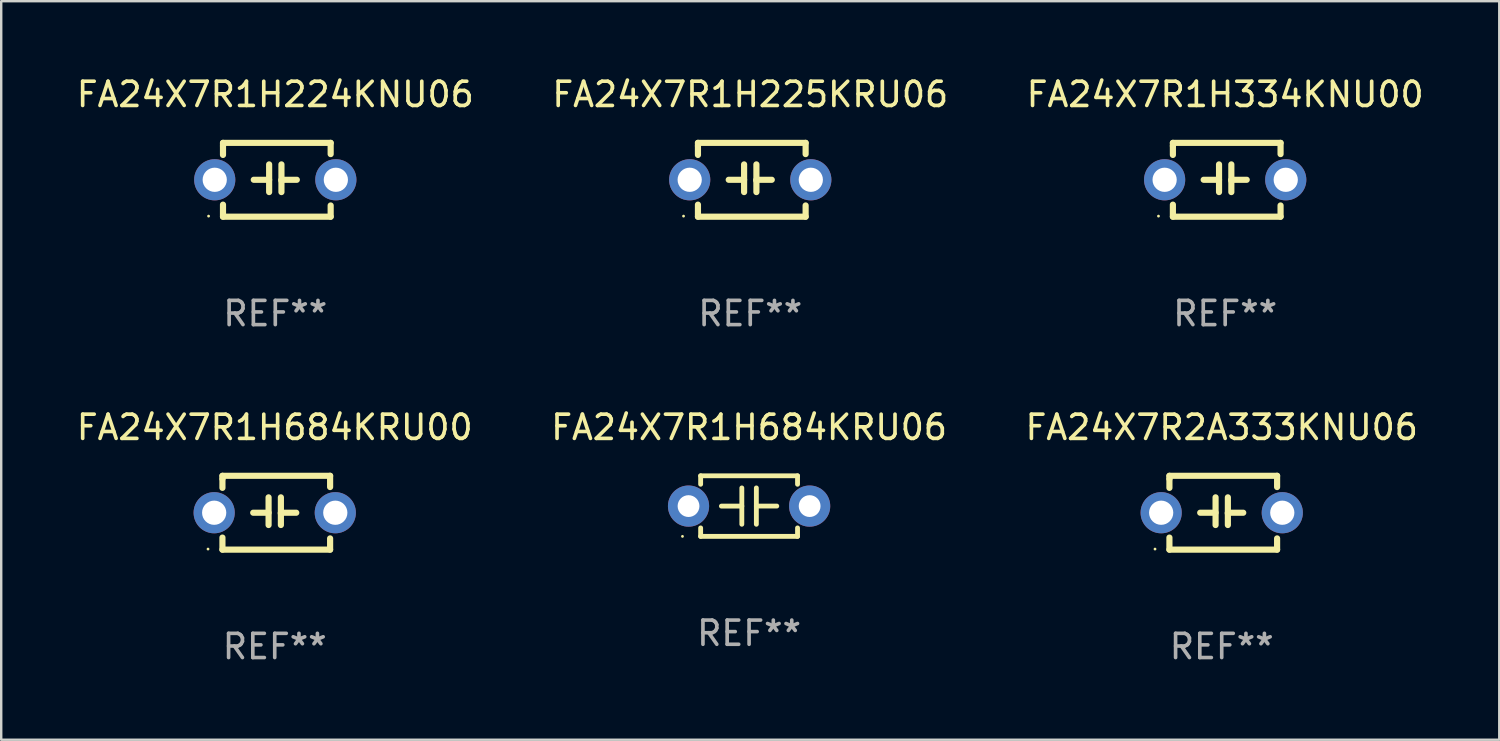
<source format=kicad_pcb>
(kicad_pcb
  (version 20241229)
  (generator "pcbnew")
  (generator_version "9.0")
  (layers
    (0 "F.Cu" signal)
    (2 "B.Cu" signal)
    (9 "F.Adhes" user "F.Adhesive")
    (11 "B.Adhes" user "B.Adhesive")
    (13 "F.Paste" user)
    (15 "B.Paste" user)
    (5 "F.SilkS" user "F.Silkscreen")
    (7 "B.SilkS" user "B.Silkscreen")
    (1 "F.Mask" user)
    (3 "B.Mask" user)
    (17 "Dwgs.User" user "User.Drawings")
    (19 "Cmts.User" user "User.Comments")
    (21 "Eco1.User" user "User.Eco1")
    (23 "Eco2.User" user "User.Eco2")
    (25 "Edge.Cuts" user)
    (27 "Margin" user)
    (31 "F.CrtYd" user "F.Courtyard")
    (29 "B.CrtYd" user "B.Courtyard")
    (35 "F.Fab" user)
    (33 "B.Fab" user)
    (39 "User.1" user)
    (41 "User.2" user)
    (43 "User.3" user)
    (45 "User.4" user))
  (footprint "FA24X7R1H684KRU06"
    (layer "F.Cu")
    (at 27.875 17.843)
    (property "Reference" "FA24X7R1H684KRU06" (at 0 -3.25 0) (layer "F.SilkS") (effects (font (size 1 1) (thickness 0.15))))
    (attr through_hole)
    (fp_line (start -2 -1.25) (end -2 -0.901) (stroke (width 0.2) (type solid)) (layer "F.SilkS"))
    (fp_line (start -2 -1.25) (end 2 -1.25) (stroke (width 0.2) (type solid)) (layer "F.SilkS"))
    (fp_line (start -2 0.901) (end -2 1.25) (stroke (width 0.2) (type solid)) (layer "F.SilkS"))
    (fp_line (start -0.3 -0.75) (end -0.3 0.75) (stroke (width 0.2) (type solid)) (layer "F.SilkS"))
    (fp_line (start -0.3 0.001) (end -1.143 0.001) (stroke (width 0.2) (type solid)) (layer "F.SilkS"))
    (fp_line (start 0.3 -0.001) (end 1.143 -0.001) (stroke (width 0.2) (type solid)) (layer "F.SilkS"))
    (fp_line (start 0.3 0.75) (end 0.3 -0.75) (stroke (width 0.2) (type solid)) (layer "F.SilkS"))
    (fp_line (start 2 -1.25) (end 2 -0.901) (stroke (width 0.2) (type solid)) (layer "F.SilkS"))
    (fp_line (start 2 0.901) (end 2 1.25) (stroke (width 0.2) (type solid)) (layer "F.SilkS"))
    (fp_line (start 2 1.25) (end -2 1.25) (stroke (width 0.2) (type solid)) (layer "F.SilkS"))
    (fp_circle (center -2.75 1.25) (end -2.72 1.25) (stroke (width 0.06) (type solid)) (fill no) (layer "F.SilkS"))
    (fp_text user "REF**" (at 0 5.25 0) (layer "F.Fab") (effects (font (size 1 1) (thickness 0.15))))
    (pad "1" thru_hole circle (at -2.5 0) (size 1.7 1.7) (drill 0.9) (layers "*.Cu" "*.Mask"))
    (pad "2" thru_hole circle (at 2.5 0) (size 1.7 1.7) (drill 0.9) (layers "*.Cu" "*.Mask")))
  (footprint "FA24X7R2A333KNU06"
    (layer "F.Cu")
    (at 47.387 18.117)
    (property "Reference" "FA24X7R2A333KNU06" (at 0 -3.524 0) (layer "F.SilkS") (effects (font (size 1 1) (thickness 0.15))))
    (attr through_hole)
    (fp_line (start -2.159 -1.524) (end 2.286 -1.524) (stroke (width 0.254) (type solid)) (layer "F.SilkS"))
    (fp_line (start -2.159 -1.397) (end -2.159 -1.524) (stroke (width 0.254) (type solid)) (layer "F.SilkS"))
    (fp_line (start -2.159 -1.026) (end -2.159 -1.397) (stroke (width 0.254) (type solid)) (layer "F.SilkS"))
    (fp_line (start -2.159 1.524) (end -2.159 1.026) (stroke (width 0.254) (type solid)) (layer "F.SilkS"))
    (fp_line (start -0.889 0) (end -0.254 0) (stroke (width 0.254) (type solid)) (layer "F.SilkS"))
    (fp_line (start -0.254 0.508) (end -0.254 -0.635) (stroke (width 0.254) (type solid)) (layer "F.SilkS"))
    (fp_line (start 0.254 -0.635) (end 0.254 0.508) (stroke (width 0.254) (type solid)) (layer "F.SilkS"))
    (fp_line (start 0.254 0.04) (end 0.254 0.02) (stroke (width 0.254) (type solid)) (layer "F.SilkS"))
    (fp_line (start 0.889 0) (end 0.254 0) (stroke (width 0.254) (type solid)) (layer "F.SilkS"))
    (fp_line (start 2.286 -1.524) (end 2.286 -1.06) (stroke (width 0.254) (type solid)) (layer "F.SilkS"))
    (fp_line (start 2.286 1.06) (end 2.286 1.524) (stroke (width 0.254) (type solid)) (layer "F.SilkS"))
    (fp_line (start 2.286 1.524) (end -2.159 1.524) (stroke (width 0.254) (type solid)) (layer "F.SilkS"))
    (fp_circle (center -2.754 1.5) (end -2.724 1.5) (stroke (width 0.06) (type solid)) (fill no) (layer "F.SilkS"))
    (fp_text user "REF**" (at 0 5.524 0) (layer "F.Fab") (effects (font (size 1 1) (thickness 0.15))))
    (pad "1" thru_hole circle (at -2.5 0) (size 1.7 1.7) (drill 1) (layers "*.Cu" "*.Mask"))
    (pad "2" thru_hole circle (at 2.5 0) (size 1.7 1.7) (drill 1) (layers "*.Cu" "*.Mask")))
  (footprint "FA24X7R1H224KNU06"
    (layer "F.Cu")
    (at 8.315 4.372)
    (property "Reference" "FA24X7R1H224KNU06" (at 0 -3.524 0) (layer "F.SilkS") (effects (font (size 1 1) (thickness 0.15))))
    (attr through_hole)
    (fp_line (start -2.159 -1.524) (end 2.286 -1.524) (stroke (width 0.254) (type solid)) (layer "F.SilkS"))
    (fp_line (start -2.159 -1.397) (end -2.159 -1.524) (stroke (width 0.254) (type solid)) (layer "F.SilkS"))
    (fp_line (start -2.159 -1.026) (end -2.159 -1.397) (stroke (width 0.254) (type solid)) (layer "F.SilkS"))
    (fp_line (start -2.159 1.524) (end -2.159 1.026) (stroke (width 0.254) (type solid)) (layer "F.SilkS"))
    (fp_line (start -0.889 0) (end -0.254 0) (stroke (width 0.254) (type solid)) (layer "F.SilkS"))
    (fp_line (start -0.254 0.508) (end -0.254 -0.635) (stroke (width 0.254) (type solid)) (layer "F.SilkS"))
    (fp_line (start 0.254 -0.635) (end 0.254 0.508) (stroke (width 0.254) (type solid)) (layer "F.SilkS"))
    (fp_line (start 0.254 0.04) (end 0.254 0.02) (stroke (width 0.254) (type solid)) (layer "F.SilkS"))
    (fp_line (start 0.889 0) (end 0.254 0) (stroke (width 0.254) (type solid)) (layer "F.SilkS"))
    (fp_line (start 2.286 -1.524) (end 2.286 -1.06) (stroke (width 0.254) (type solid)) (layer "F.SilkS"))
    (fp_line (start 2.286 1.06) (end 2.286 1.524) (stroke (width 0.254) (type solid)) (layer "F.SilkS"))
    (fp_line (start 2.286 1.524) (end -2.159 1.524) (stroke (width 0.254) (type solid)) (layer "F.SilkS"))
    (fp_circle (center -2.754 1.5) (end -2.724 1.5) (stroke (width 0.06) (type solid)) (fill no) (layer "F.SilkS"))
    (fp_text user "REF**" (at 0 5.524 0) (layer "F.Fab") (effects (font (size 1 1) (thickness 0.15))))
    (pad "1" thru_hole circle (at -2.5 0) (size 1.7 1.7) (drill 1) (layers "*.Cu" "*.Mask"))
    (pad "2" thru_hole circle (at 2.5 0) (size 1.7 1.7) (drill 1) (layers "*.Cu" "*.Mask")))
  (footprint "FA24X7R1H225KRU06"
    (layer "F.Cu")
    (at 27.923 4.372)
    (property "Reference" "FA24X7R1H225KRU06" (at 0 -3.524 0) (layer "F.SilkS") (effects (font (size 1 1) (thickness 0.15))))
    (attr through_hole)
    (fp_line (start -2.159 -1.524) (end 2.286 -1.524) (stroke (width 0.254) (type solid)) (layer "F.SilkS"))
    (fp_line (start -2.159 -1.397) (end -2.159 -1.524) (stroke (width 0.254) (type solid)) (layer "F.SilkS"))
    (fp_line (start -2.159 -1.026) (end -2.159 -1.397) (stroke (width 0.254) (type solid)) (layer "F.SilkS"))
    (fp_line (start -2.159 1.524) (end -2.159 1.026) (stroke (width 0.254) (type solid)) (layer "F.SilkS"))
    (fp_line (start -0.889 0) (end -0.254 0) (stroke (width 0.254) (type solid)) (layer "F.SilkS"))
    (fp_line (start -0.254 0.508) (end -0.254 -0.635) (stroke (width 0.254) (type solid)) (layer "F.SilkS"))
    (fp_line (start 0.254 -0.635) (end 0.254 0.508) (stroke (width 0.254) (type solid)) (layer "F.SilkS"))
    (fp_line (start 0.254 0.04) (end 0.254 0.02) (stroke (width 0.254) (type solid)) (layer "F.SilkS"))
    (fp_line (start 0.889 0) (end 0.254 0) (stroke (width 0.254) (type solid)) (layer "F.SilkS"))
    (fp_line (start 2.286 -1.524) (end 2.286 -1.06) (stroke (width 0.254) (type solid)) (layer "F.SilkS"))
    (fp_line (start 2.286 1.06) (end 2.286 1.524) (stroke (width 0.254) (type solid)) (layer "F.SilkS"))
    (fp_line (start 2.286 1.524) (end -2.159 1.524) (stroke (width 0.254) (type solid)) (layer "F.SilkS"))
    (fp_circle (center -2.754 1.5) (end -2.724 1.5) (stroke (width 0.06) (type solid)) (fill no) (layer "F.SilkS"))
    (fp_text user "REF**" (at 0 5.524 0) (layer "F.Fab") (effects (font (size 1 1) (thickness 0.15))))
    (pad "1" thru_hole circle (at -2.5 0) (size 1.7 1.7) (drill 1) (layers "*.Cu" "*.Mask"))
    (pad "2" thru_hole circle (at 2.5 0) (size 1.7 1.7) (drill 1) (layers "*.Cu" "*.Mask")))
  (footprint "FA24X7R1H684KRU00"
    (layer "F.Cu")
    (at 8.292 18.117)
    (property "Reference" "FA24X7R1H684KRU00" (at 0 -3.524 0) (layer "F.SilkS") (effects (font (size 1 1) (thickness 0.15))))
    (attr through_hole)
    (fp_line (start -2.159 -1.524) (end 2.286 -1.524) (stroke (width 0.254) (type solid)) (layer "F.SilkS"))
    (fp_line (start -2.159 -1.397) (end -2.159 -1.524) (stroke (width 0.254) (type solid)) (layer "F.SilkS"))
    (fp_line (start -2.159 -1.026) (end -2.159 -1.397) (stroke (width 0.254) (type solid)) (layer "F.SilkS"))
    (fp_line (start -2.159 1.524) (end -2.159 1.026) (stroke (width 0.254) (type solid)) (layer "F.SilkS"))
    (fp_line (start -0.889 0) (end -0.254 0) (stroke (width 0.254) (type solid)) (layer "F.SilkS"))
    (fp_line (start -0.254 0.508) (end -0.254 -0.635) (stroke (width 0.254) (type solid)) (layer "F.SilkS"))
    (fp_line (start 0.254 -0.635) (end 0.254 0.508) (stroke (width 0.254) (type solid)) (layer "F.SilkS"))
    (fp_line (start 0.254 0.04) (end 0.254 0.02) (stroke (width 0.254) (type solid)) (layer "F.SilkS"))
    (fp_line (start 0.889 0) (end 0.254 0) (stroke (width 0.254) (type solid)) (layer "F.SilkS"))
    (fp_line (start 2.286 -1.524) (end 2.286 -1.06) (stroke (width 0.254) (type solid)) (layer "F.SilkS"))
    (fp_line (start 2.286 1.06) (end 2.286 1.524) (stroke (width 0.254) (type solid)) (layer "F.SilkS"))
    (fp_line (start 2.286 1.524) (end -2.159 1.524) (stroke (width 0.254) (type solid)) (layer "F.SilkS"))
    (fp_circle (center -2.754 1.5) (end -2.724 1.5) (stroke (width 0.06) (type solid)) (fill no) (layer "F.SilkS"))
    (fp_text user "REF**" (at 0 5.524 0) (layer "F.Fab") (effects (font (size 1 1) (thickness 0.15))))
    (pad "1" thru_hole circle (at -2.5 0) (size 1.7 1.7) (drill 1) (layers "*.Cu" "*.Mask"))
    (pad "2" thru_hole circle (at 2.5 0) (size 1.7 1.7) (drill 1) (layers "*.Cu" "*.Mask")))
  (footprint "FA24X7R1H334KNU00"
    (layer "F.Cu")
    (at 47.53 4.372)
    (property "Reference" "FA24X7R1H334KNU00" (at 0 -3.524 0) (layer "F.SilkS") (effects (font (size 1 1) (thickness 0.15))))
    (attr through_hole)
    (fp_line (start -2.159 -1.524) (end 2.286 -1.524) (stroke (width 0.254) (type solid)) (layer "F.SilkS"))
    (fp_line (start -2.159 -1.397) (end -2.159 -1.524) (stroke (width 0.254) (type solid)) (layer "F.SilkS"))
    (fp_line (start -2.159 -1.026) (end -2.159 -1.397) (stroke (width 0.254) (type solid)) (layer "F.SilkS"))
    (fp_line (start -2.159 1.524) (end -2.159 1.026) (stroke (width 0.254) (type solid)) (layer "F.SilkS"))
    (fp_line (start -0.889 0) (end -0.254 0) (stroke (width 0.254) (type solid)) (layer "F.SilkS"))
    (fp_line (start -0.254 0.508) (end -0.254 -0.635) (stroke (width 0.254) (type solid)) (layer "F.SilkS"))
    (fp_line (start 0.254 -0.635) (end 0.254 0.508) (stroke (width 0.254) (type solid)) (layer "F.SilkS"))
    (fp_line (start 0.254 0.04) (end 0.254 0.02) (stroke (width 0.254) (type solid)) (layer "F.SilkS"))
    (fp_line (start 0.889 0) (end 0.254 0) (stroke (width 0.254) (type solid)) (layer "F.SilkS"))
    (fp_line (start 2.286 -1.524) (end 2.286 -1.06) (stroke (width 0.254) (type solid)) (layer "F.SilkS"))
    (fp_line (start 2.286 1.06) (end 2.286 1.524) (stroke (width 0.254) (type solid)) (layer "F.SilkS"))
    (fp_line (start 2.286 1.524) (end -2.159 1.524) (stroke (width 0.254) (type solid)) (layer "F.SilkS"))
    (fp_circle (center -2.754 1.5) (end -2.724 1.5) (stroke (width 0.06) (type solid)) (fill no) (layer "F.SilkS"))
    (fp_text user "REF**" (at 0 5.524 0) (layer "F.Fab") (effects (font (size 1 1) (thickness 0.15))))
    (pad "1" thru_hole circle (at -2.5 0) (size 1.7 1.7) (drill 1) (layers "*.Cu" "*.Mask"))
    (pad "2" thru_hole circle (at 2.5 0) (size 1.7 1.7) (drill 1) (layers "*.Cu" "*.Mask")))
  (gr_rect
    (start -3 -3)
    (end 58.845 27.489)
    (stroke (width 0.1) (type default))
    (fill no)
    (layer "Edge.Cuts")))
</source>
